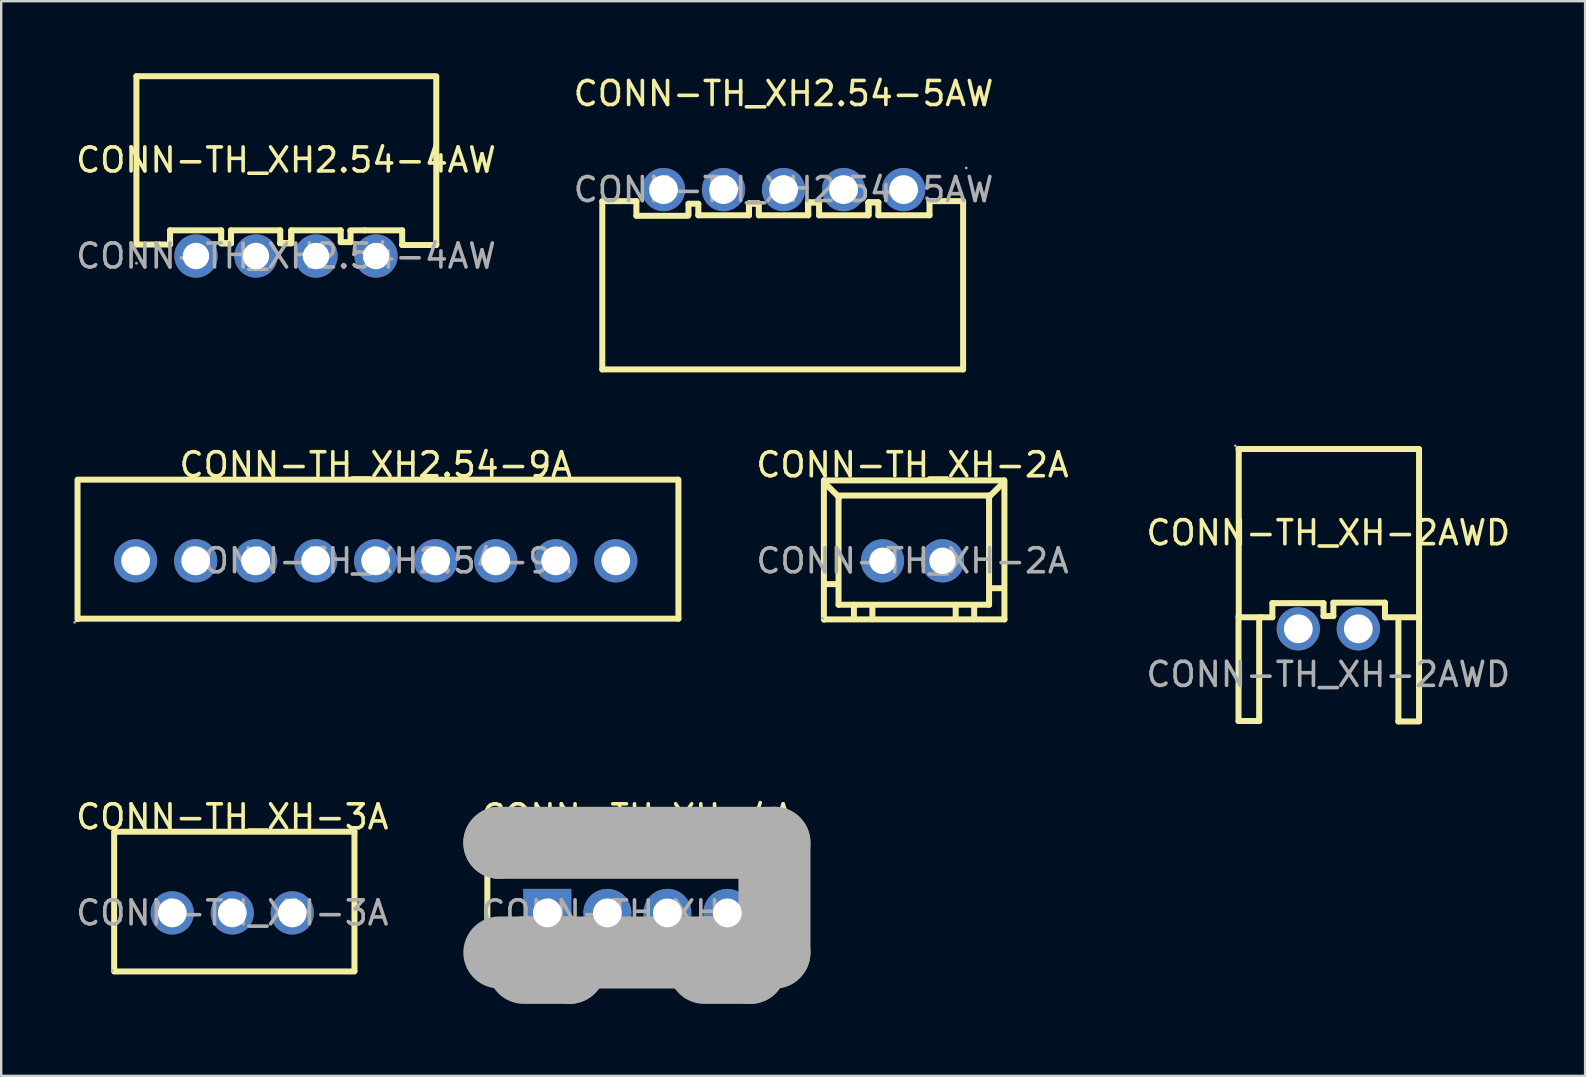
<source format=kicad_pcb>
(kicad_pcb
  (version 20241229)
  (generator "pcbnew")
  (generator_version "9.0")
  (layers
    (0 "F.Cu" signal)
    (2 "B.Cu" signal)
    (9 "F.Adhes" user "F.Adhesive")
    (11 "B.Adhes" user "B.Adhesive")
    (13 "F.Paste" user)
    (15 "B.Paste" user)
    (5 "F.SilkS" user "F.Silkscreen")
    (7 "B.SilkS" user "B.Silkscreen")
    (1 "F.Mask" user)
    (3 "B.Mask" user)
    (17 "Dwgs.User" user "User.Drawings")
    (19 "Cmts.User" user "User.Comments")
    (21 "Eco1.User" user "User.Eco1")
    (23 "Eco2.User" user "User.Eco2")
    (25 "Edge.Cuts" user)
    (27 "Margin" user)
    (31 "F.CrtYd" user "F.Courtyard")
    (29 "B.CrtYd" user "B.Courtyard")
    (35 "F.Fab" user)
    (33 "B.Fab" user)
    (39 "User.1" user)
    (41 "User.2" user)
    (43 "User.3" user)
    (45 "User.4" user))
  (footprint "CONN-TH_XH2.54-5AW"
    (layer "F.Cu")
    (at 29.589 4.848)
    (property "Reference" "CONN-TH_XH2.54-5AW" (at 0 -4 0) (layer "F.SilkS") (effects (font (size 1 1) (thickness 0.15))))
    (attr through_hole)
    (fp_line (start -7.55 0.49) (end -7.55 7.49) (stroke (width 0.25) (type solid)) (layer "F.SilkS"))
    (fp_line (start -6.13 0.48) (end -7.55 0.48) (stroke (width 0.25) (type solid)) (layer "F.SilkS"))
    (fp_line (start -6.13 1.09) (end -6.13 0.48) (stroke (width 0.25) (type solid)) (layer "F.SilkS"))
    (fp_line (start -3.97 1.09) (end -6.13 1.09) (stroke (width 0.25) (type solid)) (layer "F.SilkS"))
    (fp_line (start -3.96 0.59) (end -3.96 1.05) (stroke (width 0.25) (type solid)) (layer "F.SilkS"))
    (fp_line (start -3.55 0.59) (end -3.96 0.59) (stroke (width 0.25) (type solid)) (layer "F.SilkS"))
    (fp_line (start -3.55 1.07) (end -3.55 0.59) (stroke (width 0.25) (type solid)) (layer "F.SilkS"))
    (fp_line (start -1.44 0.58) (end -1.44 1.04) (stroke (width 0.25) (type solid)) (layer "F.SilkS"))
    (fp_line (start -1.44 0.58) (end -1.44 1.07) (stroke (width 0.25) (type solid)) (layer "F.SilkS"))
    (fp_line (start -1.44 1.07) (end -3.55 1.07) (stroke (width 0.25) (type solid)) (layer "F.SilkS"))
    (fp_line (start -1.06 0.58) (end -1.44 0.58) (stroke (width 0.25) (type solid)) (layer "F.SilkS"))
    (fp_line (start -1.03 0.58) (end -1.44 0.58) (stroke (width 0.25) (type solid)) (layer "F.SilkS"))
    (fp_line (start -1.03 1.07) (end -1.03 0.58) (stroke (width 0.25) (type solid)) (layer "F.SilkS"))
    (fp_line (start 1.02 0.54) (end 1.02 1) (stroke (width 0.25) (type solid)) (layer "F.SilkS"))
    (fp_line (start 1.03 0.53) (end 1.03 1.07) (stroke (width 0.25) (type solid)) (layer "F.SilkS"))
    (fp_line (start 1.03 1.07) (end -1.03 1.07) (stroke (width 0.25) (type solid)) (layer "F.SilkS"))
    (fp_line (start 1.48 0.53) (end 1.03 0.53) (stroke (width 0.25) (type solid)) (layer "F.SilkS"))
    (fp_line (start 1.48 0.54) (end 1.02 0.54) (stroke (width 0.25) (type solid)) (layer "F.SilkS"))
    (fp_line (start 1.48 1.07) (end 1.48 0.54) (stroke (width 0.25) (type solid)) (layer "F.SilkS"))
    (fp_line (start 3.54 0.53) (end 3.54 0.99) (stroke (width 0.25) (type solid)) (layer "F.SilkS"))
    (fp_line (start 3.54 0.53) (end 3.54 1.07) (stroke (width 0.25) (type solid)) (layer "F.SilkS"))
    (fp_line (start 3.54 1.07) (end 1.48 1.07) (stroke (width 0.25) (type solid)) (layer "F.SilkS"))
    (fp_line (start 3.92 0.53) (end 3.54 0.53) (stroke (width 0.25) (type solid)) (layer "F.SilkS"))
    (fp_line (start 3.95 0.53) (end 3.54 0.53) (stroke (width 0.25) (type solid)) (layer "F.SilkS"))
    (fp_line (start 3.95 1.07) (end 3.95 0.53) (stroke (width 0.25) (type solid)) (layer "F.SilkS"))
    (fp_line (start 6.08 0.48) (end 6.08 1.07) (stroke (width 0.25) (type solid)) (layer "F.SilkS"))
    (fp_line (start 6.08 1.07) (end 3.95 1.07) (stroke (width 0.25) (type solid)) (layer "F.SilkS"))
    (fp_line (start 6.51 0.48) (end 6.08 0.48) (stroke (width 0.25) (type solid)) (layer "F.SilkS"))
    (fp_line (start 7.48 0.48) (end 6.51 0.48) (stroke (width 0.25) (type solid)) (layer "F.SilkS"))
    (fp_line (start 7.48 0.49) (end 7.48 7.49) (stroke (width 0.25) (type solid)) (layer "F.SilkS"))
    (fp_line (start 7.48 7.49) (end -7.55 7.49) (stroke (width 0.25) (type solid)) (layer "F.SilkS"))
    (fp_circle (center -5 0) (end -4.75 0) (stroke (width 0.5) (type solid)) (fill no) (layer "F.Fab"))
    (fp_circle (center -2.5 0) (end -2.25 0) (stroke (width 0.5) (type solid)) (fill no) (layer "F.Fab"))
    (fp_circle (center 0 0) (end 0.25 0) (stroke (width 0.5) (type solid)) (fill no) (layer "F.Fab"))
    (fp_circle (center 2.5 0) (end 2.75 0) (stroke (width 0.5) (type solid)) (fill no) (layer "F.Fab"))
    (fp_circle (center 5 0) (end 5.25 0) (stroke (width 0.5) (type solid)) (fill no) (layer "F.Fab"))
    (fp_circle (center 7.61 -0.9) (end 7.64 -0.9) (stroke (width 0.06) (type solid)) (fill no) (layer "F.Fab"))
    (fp_text user "${REFERENCE}" (at 0 0 0) (layer "F.Fab") (effects (font (size 1 1) (thickness 0.15))))
    (pad "1" thru_hole circle (at 5 0 180) (size 1.8 1.8) (drill 1.199) (layers "*.Cu" "*.Paste" "*.Mask"))
    (pad "2" thru_hole circle (at 2.5 0 180) (size 1.8 1.8) (drill 1.199) (layers "*.Cu" "*.Paste" "*.Mask"))
    (pad "3" thru_hole circle (at 0 0 180) (size 1.8 1.8) (drill 1.199) (layers "*.Cu" "*.Paste" "*.Mask"))
    (pad "4" thru_hole circle (at -2.5 0 180) (size 1.8 1.8) (drill 1.199) (layers "*.Cu" "*.Paste" "*.Mask"))
    (pad "5" thru_hole circle (at -5 0 180) (size 1.8 1.8) (drill 1.199) (layers "*.Cu" "*.Paste" "*.Mask")))
  (footprint "CONN-TH_XH-2A"
    (layer "F.Cu")
    (at 34.96 20.311)
    (property "Reference" "CONN-TH_XH-2A" (at 0 -4 0) (layer "F.SilkS") (effects (font (size 1 1) (thickness 0.15))))
    (attr through_hole)
    (fp_line (start -3.69 -3.35) (end -3.69 2.45) (stroke (width 0.25) (type solid)) (layer "F.SilkS"))
    (fp_line (start -3.69 -3.35) (end 3.81 -3.35) (stroke (width 0.25) (type solid)) (layer "F.SilkS"))
    (fp_line (start -3.69 0.97) (end -3.1 0.97) (stroke (width 0.25) (type solid)) (layer "F.SilkS"))
    (fp_line (start -3.67 2.44) (end 3.83 2.44) (stroke (width 0.25) (type solid)) (layer "F.SilkS"))
    (fp_line (start -3.66 -3.33) (end -3.66 -3.25) (stroke (width 0.25) (type solid)) (layer "F.SilkS"))
    (fp_line (start -3.66 -3.25) (end -3.05 -2.64) (stroke (width 0.25) (type solid)) (layer "F.SilkS"))
    (fp_line (start -3.08 -2.72) (end 3.19 -2.72) (stroke (width 0.25) (type solid)) (layer "F.SilkS"))
    (fp_line (start -3.08 -2.69) (end -3.05 -2.69) (stroke (width 0.25) (type solid)) (layer "F.SilkS"))
    (fp_line (start -3.08 1.83) (end -3.08 -2.69) (stroke (width 0.25) (type solid)) (layer "F.SilkS"))
    (fp_line (start -2.44 2.41) (end -2.44 1.83) (stroke (width 0.25) (type solid)) (layer "F.SilkS"))
    (fp_line (start -1.67 2.43) (end -1.67 1.84) (stroke (width 0.25) (type solid)) (layer "F.SilkS"))
    (fp_line (start 1.8 2.41) (end 1.8 1.83) (stroke (width 0.25) (type solid)) (layer "F.SilkS"))
    (fp_line (start 2.57 2.43) (end 2.57 1.84) (stroke (width 0.25) (type solid)) (layer "F.SilkS"))
    (fp_line (start 3.19 -2.72) (end 3.19 1.83) (stroke (width 0.25) (type solid)) (layer "F.SilkS"))
    (fp_line (start 3.19 1.83) (end -3.08 1.83) (stroke (width 0.25) (type solid)) (layer "F.SilkS"))
    (fp_line (start 3.22 1.14) (end 3.8 1.14) (stroke (width 0.25) (type solid)) (layer "F.SilkS"))
    (fp_line (start 3.78 -3.33) (end 3.78 -3.25) (stroke (width 0.25) (type solid)) (layer "F.SilkS"))
    (fp_line (start 3.78 -3.25) (end 3.17 -2.64) (stroke (width 0.25) (type solid)) (layer "F.SilkS"))
    (fp_line (start 3.83 -3.35) (end 3.83 2.44) (stroke (width 0.25) (type solid)) (layer "F.SilkS"))
    (fp_circle (center -3.75 2.4) (end -3.72 2.4) (stroke (width 0.06) (type solid)) (fill no) (layer "F.Fab"))
    (fp_text user "${REFERENCE}" (at 0 0 0) (layer "F.Fab") (effects (font (size 1 1) (thickness 0.15))))
    (pad "1" thru_hole circle (at -1.25 0) (size 1.8 1.8) (drill 1.1) (layers "*.Cu" "*.Paste" "*.Mask"))
    (pad "2" thru_hole circle (at 1.25 0) (size 1.8 1.8) (drill 1.1) (layers "*.Cu" "*.Paste" "*.Mask")))
  (footprint "CONN-TH_XH-2AWD"
    (layer "F.Cu")
    (at 52.281 25.043)
    (property "Reference" "CONN-TH_XH-2AWD" (at 0 -5.9 0) (layer "F.SilkS") (effects (font (size 1 1) (thickness 0.15))))
    (attr through_hole)
    (fp_line (start -3.74 -9.39) (end 3.76 -9.39) (stroke (width 0.25) (type solid)) (layer "F.SilkS"))
    (fp_line (start -3.74 -2.41) (end -3.74 1.94) (stroke (width 0.25) (type solid)) (layer "F.SilkS"))
    (fp_line (start -3.74 1.94) (end -2.88 1.94) (stroke (width 0.25) (type solid)) (layer "F.SilkS"))
    (fp_line (start -3.73 -2.39) (end -3.73 -9.39) (stroke (width 0.25) (type solid)) (layer "F.SilkS"))
    (fp_line (start -3.73 -2.38) (end -2.77 -2.38) (stroke (width 0.25) (type solid)) (layer "F.SilkS"))
    (fp_line (start -2.88 1.94) (end -2.88 -2.38) (stroke (width 0.25) (type solid)) (layer "F.SilkS"))
    (fp_line (start -2.77 -2.38) (end -2.33 -2.38) (stroke (width 0.25) (type solid)) (layer "F.SilkS"))
    (fp_line (start -2.33 -2.97) (end -0.2 -2.97) (stroke (width 0.25) (type solid)) (layer "F.SilkS"))
    (fp_line (start -2.33 -2.38) (end -2.33 -2.97) (stroke (width 0.25) (type solid)) (layer "F.SilkS"))
    (fp_line (start -0.2 -2.97) (end -0.2 -2.43) (stroke (width 0.25) (type solid)) (layer "F.SilkS"))
    (fp_line (start -0.2 -2.43) (end 0.21 -2.43) (stroke (width 0.25) (type solid)) (layer "F.SilkS"))
    (fp_line (start 0.2 -2.99) (end 2.36 -2.99) (stroke (width 0.25) (type solid)) (layer "F.SilkS"))
    (fp_line (start 0.21 -2.43) (end 0.21 -2.89) (stroke (width 0.25) (type solid)) (layer "F.SilkS"))
    (fp_line (start 2.36 -2.99) (end 2.36 -2.38) (stroke (width 0.25) (type solid)) (layer "F.SilkS"))
    (fp_line (start 2.36 -2.38) (end 3.78 -2.38) (stroke (width 0.25) (type solid)) (layer "F.SilkS"))
    (fp_line (start 2.92 1.96) (end 2.92 -2.36) (stroke (width 0.25) (type solid)) (layer "F.SilkS"))
    (fp_line (start 3.78 -2.41) (end 3.78 1.94) (stroke (width 0.25) (type solid)) (layer "F.SilkS"))
    (fp_line (start 3.78 -2.39) (end 3.78 -9.39) (stroke (width 0.25) (type solid)) (layer "F.SilkS"))
    (fp_line (start 3.78 1.96) (end 2.92 1.96) (stroke (width 0.25) (type solid)) (layer "F.SilkS"))
    (fp_circle (center -3.87 -9.52) (end -3.84 -9.52) (stroke (width 0.06) (type solid)) (fill no) (layer "F.Fab"))
    (fp_circle (center -1.25 -1.9) (end -1 -1.9) (stroke (width 0.5) (type solid)) (fill no) (layer "F.Fab"))
    (fp_circle (center 1.25 -1.9) (end 1.5 -1.9) (stroke (width 0.5) (type solid)) (fill no) (layer "F.Fab"))
    (fp_text user "${REFERENCE}" (at 0 0 0) (layer "F.Fab") (effects (font (size 1 1) (thickness 0.15))))
    (pad "1" thru_hole circle (at -1.25 -1.9) (size 1.8 1.8) (drill 1.199) (layers "*.Cu" "*.Paste" "*.Mask"))
    (pad "2" thru_hole circle (at 1.25 -1.9) (size 1.8 1.8) (drill 1.199) (layers "*.Cu" "*.Paste" "*.Mask")))
  (footprint "CONN-TH_XH2.54-9A"
    (layer "F.Cu")
    (at 12.6 20.311)
    (property "Reference" "CONN-TH_XH2.54-9A" (at 0 -4 0) (layer "F.SilkS") (effects (font (size 1 1) (thickness 0.15))))
    (attr through_hole)
    (fp_line (start -12.42 -3.37) (end -12.42 2.43) (stroke (width 0.25) (type solid)) (layer "F.SilkS"))
    (fp_line (start -12.41 -3.38) (end 12.59 -3.38) (stroke (width 0.25) (type solid)) (layer "F.SilkS"))
    (fp_line (start -12.39 2.41) (end 12.61 2.41) (stroke (width 0.25) (type solid)) (layer "F.SilkS"))
    (fp_line (start 12.61 -3.38) (end 12.61 2.41) (stroke (width 0.25) (type solid)) (layer "F.SilkS"))
    (fp_circle (center -12.54 2.56) (end -12.51 2.56) (stroke (width 0.06) (type solid)) (fill no) (layer "F.Fab"))
    (fp_circle (center -10 0) (end -9.75 0) (stroke (width 0.5) (type solid)) (fill no) (layer "F.Fab"))
    (fp_circle (center -7.5 0) (end -7.25 0) (stroke (width 0.5) (type solid)) (fill no) (layer "F.Fab"))
    (fp_circle (center -5 0) (end -4.75 0) (stroke (width 0.5) (type solid)) (fill no) (layer "F.Fab"))
    (fp_circle (center -2.5 0) (end -2.25 0) (stroke (width 0.5) (type solid)) (fill no) (layer "F.Fab"))
    (fp_circle (center 0 0) (end 0.25 0) (stroke (width 0.5) (type solid)) (fill no) (layer "F.Fab"))
    (fp_circle (center 2.5 0) (end 2.75 0) (stroke (width 0.5) (type solid)) (fill no) (layer "F.Fab"))
    (fp_circle (center 5 0) (end 5.25 0) (stroke (width 0.5) (type solid)) (fill no) (layer "F.Fab"))
    (fp_circle (center 7.5 0) (end 7.75 0) (stroke (width 0.5) (type solid)) (fill no) (layer "F.Fab"))
    (fp_circle (center 10 0) (end 10.25 0) (stroke (width 0.5) (type solid)) (fill no) (layer "F.Fab"))
    (fp_text user "${REFERENCE}" (at 0 0 0) (layer "F.Fab") (effects (font (size 1 1) (thickness 0.15))))
    (pad "1" thru_hole circle (at -10 0) (size 1.8 1.8) (drill 1.199) (layers "*.Cu" "*.Paste" "*.Mask"))
    (pad "2" thru_hole circle (at -7.5 0) (size 1.8 1.8) (drill 1.199) (layers "*.Cu" "*.Paste" "*.Mask"))
    (pad "3" thru_hole circle (at -5 0) (size 1.8 1.8) (drill 1.199) (layers "*.Cu" "*.Paste" "*.Mask"))
    (pad "4" thru_hole circle (at -2.5 0) (size 1.8 1.8) (drill 1.199) (layers "*.Cu" "*.Paste" "*.Mask"))
    (pad "5" thru_hole circle (at 0 0) (size 1.8 1.8) (drill 1.199) (layers "*.Cu" "*.Paste" "*.Mask"))
    (pad "6" thru_hole circle (at 2.5 0) (size 1.8 1.8) (drill 1.199) (layers "*.Cu" "*.Paste" "*.Mask"))
    (pad "7" thru_hole circle (at 5 0) (size 1.8 1.8) (drill 1.199) (layers "*.Cu" "*.Paste" "*.Mask"))
    (pad "8" thru_hole circle (at 7.5 0) (size 1.8 1.8) (drill 1.199) (layers "*.Cu" "*.Paste" "*.Mask"))
    (pad "9" thru_hole circle (at 10 0) (size 1.8 1.8) (drill 1.199) (layers "*.Cu" "*.Paste" "*.Mask")))
  (footprint "CONN-TH_XH2.54-4AW"
    (layer "F.Cu")
    (at 8.863 7.615)
    (property "Reference" "CONN-TH_XH2.54-4AW" (at 0 -4 0) (layer "F.SilkS") (effects (font (size 1 1) (thickness 0.15))))
    (attr through_hole)
    (fp_line (start -6.23 -7.49) (end 6.26 -7.49) (stroke (width 0.25) (type solid)) (layer "F.SilkS"))
    (fp_line (start -6.23 -0.49) (end -6.23 -7.49) (stroke (width 0.25) (type solid)) (layer "F.SilkS"))
    (fp_line (start -6.23 -0.48) (end -5.27 -0.48) (stroke (width 0.25) (type solid)) (layer "F.SilkS"))
    (fp_line (start -5.27 -0.48) (end -4.83 -0.48) (stroke (width 0.25) (type solid)) (layer "F.SilkS"))
    (fp_line (start -4.83 -1.07) (end -2.7 -1.07) (stroke (width 0.25) (type solid)) (layer "F.SilkS"))
    (fp_line (start -4.83 -0.48) (end -4.83 -1.07) (stroke (width 0.25) (type solid)) (layer "F.SilkS"))
    (fp_line (start -2.7 -1.07) (end -2.7 -0.53) (stroke (width 0.25) (type solid)) (layer "F.SilkS"))
    (fp_line (start -2.7 -0.53) (end -2.29 -0.53) (stroke (width 0.25) (type solid)) (layer "F.SilkS"))
    (fp_line (start -2.68 -0.53) (end -2.29 -0.53) (stroke (width 0.25) (type solid)) (layer "F.SilkS"))
    (fp_line (start -2.29 -1.07) (end -0.24 -1.07) (stroke (width 0.25) (type solid)) (layer "F.SilkS"))
    (fp_line (start -2.29 -0.53) (end -2.29 -1.07) (stroke (width 0.25) (type solid)) (layer "F.SilkS"))
    (fp_line (start -2.29 -0.53) (end -2.29 -0.99) (stroke (width 0.25) (type solid)) (layer "F.SilkS"))
    (fp_line (start -0.24 -1.07) (end -0.24 -0.54) (stroke (width 0.25) (type solid)) (layer "F.SilkS"))
    (fp_line (start -0.24 -0.54) (end 0.22 -0.54) (stroke (width 0.25) (type solid)) (layer "F.SilkS"))
    (fp_line (start -0.24 -0.53) (end 0.22 -0.53) (stroke (width 0.25) (type solid)) (layer "F.SilkS"))
    (fp_line (start 0.22 -1.07) (end 2.28 -1.07) (stroke (width 0.25) (type solid)) (layer "F.SilkS"))
    (fp_line (start 0.22 -0.54) (end 0.22 -1) (stroke (width 0.25) (type solid)) (layer "F.SilkS"))
    (fp_line (start 0.22 -0.53) (end 0.22 -1.07) (stroke (width 0.25) (type solid)) (layer "F.SilkS"))
    (fp_line (start 2.28 -1.07) (end 2.28 -0.58) (stroke (width 0.25) (type solid)) (layer "F.SilkS"))
    (fp_line (start 2.28 -0.58) (end 2.69 -0.58) (stroke (width 0.25) (type solid)) (layer "F.SilkS"))
    (fp_line (start 2.68 -1.07) (end 3.28 -1.07) (stroke (width 0.25) (type solid)) (layer "F.SilkS"))
    (fp_line (start 2.69 -0.58) (end 2.69 -1.04) (stroke (width 0.25) (type solid)) (layer "F.SilkS"))
    (fp_line (start 3.28 -1.07) (end 4.84 -1.07) (stroke (width 0.25) (type solid)) (layer "F.SilkS"))
    (fp_line (start 4.84 -1.07) (end 4.84 -0.46) (stroke (width 0.25) (type solid)) (layer "F.SilkS"))
    (fp_line (start 4.84 -0.46) (end 6.26 -0.46) (stroke (width 0.25) (type solid)) (layer "F.SilkS"))
    (fp_line (start 6.26 -0.46) (end 6.26 -7.46) (stroke (width 0.25) (type solid)) (layer "F.SilkS"))
    (fp_circle (center -6.23 0.3) (end -6.2 0.3) (stroke (width 0.06) (type solid)) (fill no) (layer "F.Fab"))
    (fp_text user "${REFERENCE}" (at 0 0 0) (layer "F.Fab") (effects (font (size 1 1) (thickness 0.15))))
    (pad "1" thru_hole circle (at -3.75 0) (size 1.8 1.8) (drill 1.1) (layers "*.Cu" "*.Paste" "*.Mask"))
    (pad "2" thru_hole circle (at -1.25 0) (size 1.8 1.8) (drill 1.1) (layers "*.Cu" "*.Paste" "*.Mask"))
    (pad "3" thru_hole circle (at 1.25 0) (size 1.8 1.8) (drill 1.1) (layers "*.Cu" "*.Paste" "*.Mask"))
    (pad "4" thru_hole circle (at 3.75 0) (size 1.8 1.8) (drill 1.1) (layers "*.Cu" "*.Paste" "*.Mask")))
  (footprint "CONN-TH_XH-3A"
    (layer "F.Cu")
    (at 6.625 34.977)
    (property "Reference" "CONN-TH_XH-3A" (at 0 -4 0) (layer "F.SilkS") (effects (font (size 1 1) (thickness 0.15))))
    (attr through_hole)
    (fp_line (start -4.92 -3.37) (end -4.92 2.43) (stroke (width 0.25) (type solid)) (layer "F.SilkS"))
    (fp_line (start -4.91 -3.38) (end 5.09 -3.38) (stroke (width 0.25) (type solid)) (layer "F.SilkS"))
    (fp_line (start -4.91 2.44) (end 5.09 2.44) (stroke (width 0.25) (type solid)) (layer "F.SilkS"))
    (fp_line (start 5.09 -3.38) (end 5.09 2.41) (stroke (width 0.25) (type solid)) (layer "F.SilkS"))
    (fp_circle (center -5 2.4) (end -4.97 2.4) (stroke (width 0.06) (type solid)) (fill no) (layer "F.Fab"))
    (fp_text user "${REFERENCE}" (at 0 0 0) (layer "F.Fab") (effects (font (size 1 1) (thickness 0.15))))
    (pad "1" thru_hole circle (at -2.5 0) (size 1.8 1.8) (drill 1.199) (layers "*.Cu" "*.Paste" "*.Mask"))
    (pad "2" thru_hole circle (at 0 0) (size 1.8 1.8) (drill 1.199) (layers "*.Cu" "*.Paste" "*.Mask"))
    (pad "3" thru_hole circle (at 2.5 0) (size 1.8 1.8) (drill 1.199) (layers "*.Cu" "*.Paste" "*.Mask")))
  (footprint "CONN-TH_XH-4A"
    (layer "F.Cu")
    (at 23.5 34.977)
    (property "Reference" "CONN-TH_XH-4A" (at 0 -4 0) (layer "F.SilkS") (effects (font (size 1 1) (thickness 0.15))))
    (attr through_hole)
    (fp_line (start -6.25 -3.5) (end -6.25 2.3) (stroke (width 0.25) (type solid)) (layer "F.SilkS"))
    (fp_line (start 6.25 -3.5) (end -6.25 -3.5) (stroke (width 0.25) (type solid)) (layer "F.SilkS"))
    (fp_line (start 6.25 -3.5) (end 6.25 2.29) (stroke (width 0.25) (type solid)) (layer "F.SilkS"))
    (fp_line (start 6.25 2.3) (end -6.25 2.3) (stroke (width 0.25) (type solid)) (layer "F.SilkS"))
    (fp_line (start -5.75 -2.92) (end -5.75 -2.92) (stroke (width 3) (type solid)) (layer "F.Fab"))
    (fp_line (start -5.75 -2.92) (end 5.71 -2.92) (stroke (width 3) (type solid)) (layer "F.Fab"))
    (fp_line (start -4.73 1.65) (end -4.73 1.65) (stroke (width 3) (type solid)) (layer "F.Fab"))
    (fp_line (start -4.73 1.65) (end -2.83 1.65) (stroke (width 3) (type solid)) (layer "F.Fab"))
    (fp_line (start -2.83 1.65) (end -2.83 2.29) (stroke (width 3) (type solid)) (layer "F.Fab"))
    (fp_line (start -2.83 2.29) (end -4.73 2.29) (stroke (width 3) (type solid)) (layer "F.Fab"))
    (fp_line (start 2.79 1.65) (end 2.79 1.65) (stroke (width 3) (type solid)) (layer "F.Fab"))
    (fp_line (start 2.79 1.65) (end 4.7 1.65) (stroke (width 3) (type solid)) (layer "F.Fab"))
    (fp_line (start 4.7 1.65) (end 4.7 2.29) (stroke (width 3) (type solid)) (layer "F.Fab"))
    (fp_line (start 4.7 2.29) (end 2.79 2.29) (stroke (width 3) (type solid)) (layer "F.Fab"))
    (fp_line (start 5.71 -2.92) (end 5.71 1.65) (stroke (width 3) (type solid)) (layer "F.Fab"))
    (fp_line (start 5.71 1.65) (end -5.75 1.65) (stroke (width 3) (type solid)) (layer "F.Fab"))
    (fp_circle (center -6.25 2.39) (end -6.22 2.39) (stroke (width 0.06) (type solid)) (fill no) (layer "F.Fab"))
    (fp_text user "${REFERENCE}" (at 0 0 0) (layer "F.Fab") (effects (font (size 1 1) (thickness 0.15))))
    (pad "1" thru_hole rect (at -3.75 0) (size 2 2) (drill 1.2) (layers "*.Cu" "*.Paste" "*.Mask"))
    (pad "2" thru_hole circle (at -1.25 0) (size 2 2) (drill 1.2) (layers "*.Cu" "*.Paste" "*.Mask"))
    (pad "3" thru_hole circle (at 1.25 0) (size 2 2) (drill 1.2) (layers "*.Cu" "*.Paste" "*.Mask"))
    (pad "4" thru_hole circle (at 3.75 0) (size 2 2) (drill 1.2) (layers "*.Cu" "*.Paste" "*.Mask")))
  (gr_rect
    (start -3 -3)
    (end 62.978 41.767)
    (stroke (width 0.1) (type default))
    (fill no)
    (layer "Edge.Cuts")))
</source>
